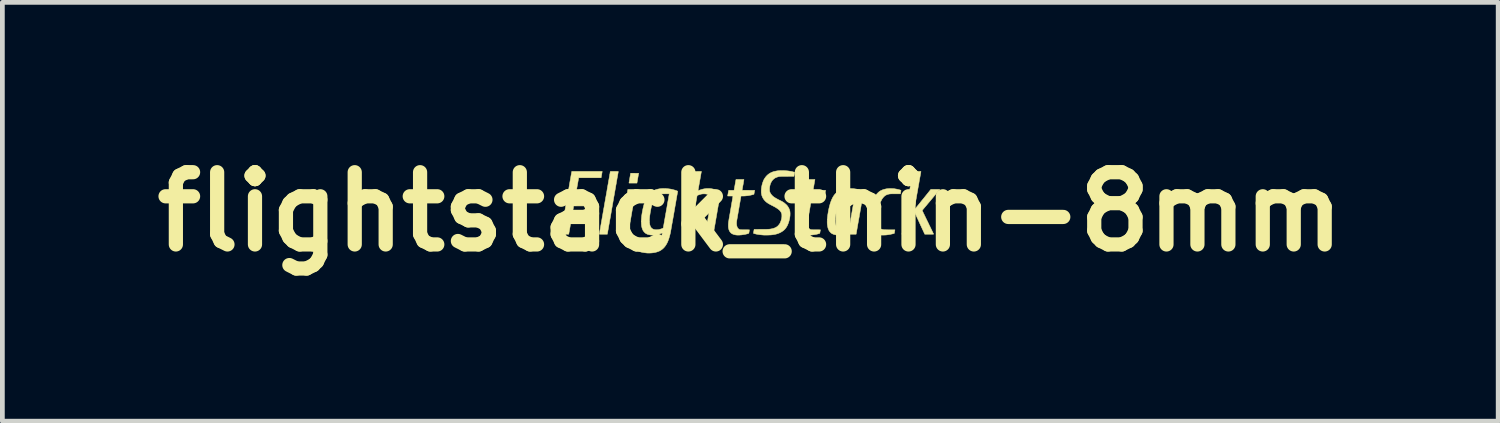
<source format=kicad_pcb>
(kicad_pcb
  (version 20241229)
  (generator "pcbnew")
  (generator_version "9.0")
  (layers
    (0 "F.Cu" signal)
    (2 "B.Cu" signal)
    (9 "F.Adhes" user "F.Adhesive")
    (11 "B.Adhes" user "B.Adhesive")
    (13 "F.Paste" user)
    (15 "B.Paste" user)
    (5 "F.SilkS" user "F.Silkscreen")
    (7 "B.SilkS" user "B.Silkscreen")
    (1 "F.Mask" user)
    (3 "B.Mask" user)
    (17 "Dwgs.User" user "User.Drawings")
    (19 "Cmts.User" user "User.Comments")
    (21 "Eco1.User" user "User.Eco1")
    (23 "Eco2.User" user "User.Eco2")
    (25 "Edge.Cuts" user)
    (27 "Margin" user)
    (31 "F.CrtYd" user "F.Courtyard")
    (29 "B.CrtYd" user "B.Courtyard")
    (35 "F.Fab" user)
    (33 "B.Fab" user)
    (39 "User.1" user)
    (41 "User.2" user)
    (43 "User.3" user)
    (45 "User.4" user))
  (footprint "flightstack_thin-8mm"
    (layer "F.Cu")
    (at 12.78 1.418)
    (property "Reference" "flightstack_thin-8mm" (at 0 0 0) (layer "F.SilkS") (effects (font (size 1.524 1.524) (thickness 0.3))))
    (attr through_hole)
    (fp_poly (pts (xy -2.484 -0.813) (xy -2.469 -0.813) (xy -2.452 -0.813) (xy -2.439 -0.813) (xy -2.355 -0.812) (xy -2.369 -0.733) (xy -2.372 -0.715) (xy -2.375 -0.697) (xy -2.378 -0.68) (xy -2.381 -0.664) (xy -2.383 -0.65) (xy -2.385 -0.639) (xy -2.386 -0.631) (xy -2.387 -0.629) (xy -2.391 -0.605) (xy -2.475 -0.605) (xy -2.495 -0.605) (xy -2.512 -0.605) (xy -2.525 -0.605) (xy -2.536 -0.605) (xy -2.544 -0.605) (xy -2.55 -0.605) (xy -2.554 -0.606) (xy -2.557 -0.606) (xy -2.558 -0.607) (xy -2.559 -0.607) (xy -2.559 -0.608) (xy -2.559 -0.61) (xy -2.558 -0.616) (xy -2.556 -0.624) (xy -2.555 -0.635) (xy -2.552 -0.648) (xy -2.55 -0.663) (xy -2.547 -0.679) (xy -2.544 -0.695) (xy -2.542 -0.712) (xy -2.539 -0.729) (xy -2.536 -0.745) (xy -2.533 -0.761) (xy -2.531 -0.775) (xy -2.529 -0.788) (xy -2.527 -0.798) (xy -2.525 -0.806) (xy -2.524 -0.811) (xy -2.524 -0.813) (xy -2.522 -0.813) (xy -2.517 -0.813) (xy -2.508 -0.813) (xy -2.497 -0.813) (xy -2.484 -0.813)) (stroke (width 0.01) (type solid)) (fill yes) (layer "F.SilkS"))
    (fp_poly (pts (xy -2.543 -0.472) (xy -2.528 -0.472) (xy -2.511 -0.472) (xy -2.498 -0.472) (xy -2.414 -0.471) (xy -2.497 0) (xy -2.504 0.042) (xy -2.511 0.082) (xy -2.518 0.122) (xy -2.525 0.16) (xy -2.531 0.197) (xy -2.538 0.232) (xy -2.543 0.266) (xy -2.549 0.297) (xy -2.554 0.327) (xy -2.559 0.354) (xy -2.563 0.379) (xy -2.567 0.401) (xy -2.571 0.421) (xy -2.574 0.437) (xy -2.576 0.451) (xy -2.578 0.461) (xy -2.579 0.468) (xy -2.58 0.472) (xy -2.58 0.472) (xy -2.582 0.473) (xy -2.587 0.473) (xy -2.595 0.473) (xy -2.606 0.473) (xy -2.619 0.474) (xy -2.634 0.474) (xy -2.651 0.474) (xy -2.664 0.474) (xy -2.685 0.474) (xy -2.703 0.474) (xy -2.717 0.474) (xy -2.728 0.473) (xy -2.737 0.473) (xy -2.743 0.473) (xy -2.747 0.472) (xy -2.748 0.472) (xy -2.749 0.472) (xy -2.748 0.47) (xy -2.747 0.464) (xy -2.746 0.455) (xy -2.744 0.443) (xy -2.741 0.428) (xy -2.738 0.41) (xy -2.734 0.39) (xy -2.73 0.367) (xy -2.726 0.342) (xy -2.721 0.315) (xy -2.716 0.286) (xy -2.711 0.256) (xy -2.705 0.224) (xy -2.7 0.191) (xy -2.694 0.157) (xy -2.687 0.122) (xy -2.681 0.087) (xy -2.675 0.051) (xy -2.669 0.015) (xy -2.662 -0.022) (xy -2.656 -0.058) (xy -2.649 -0.094) (xy -2.643 -0.129) (xy -2.637 -0.164) (xy -2.631 -0.198) (xy -2.625 -0.231) (xy -2.62 -0.262) (xy -2.615 -0.292) (xy -2.61 -0.321) (xy -2.605 -0.347) (xy -2.6 -0.372) (xy -2.597 -0.394) (xy -2.593 -0.414) (xy -2.59 -0.431) (xy -2.587 -0.446) (xy -2.585 -0.457) (xy -2.584 -0.465) (xy -2.583 -0.47) (xy -2.583 -0.472) (xy -2.581 -0.472) (xy -2.575 -0.472) (xy -2.567 -0.472) (xy -2.556 -0.472) (xy -2.543 -0.472)) (stroke (width 0.01) (type solid)) (fill yes) (layer "F.SilkS"))
    (fp_poly (pts (xy -2.849 -0.851) (xy -2.832 -0.851) (xy -2.818 -0.851) (xy -2.807 -0.851) (xy -2.799 -0.851) (xy -2.793 -0.85) (xy -2.789 -0.85) (xy -2.786 -0.85) (xy -2.785 -0.849) (xy -2.785 -0.848) (xy -2.785 -0.848) (xy -2.785 -0.846) (xy -2.786 -0.841) (xy -2.787 -0.832) (xy -2.789 -0.819) (xy -2.792 -0.804) (xy -2.795 -0.786) (xy -2.799 -0.765) (xy -2.803 -0.741) (xy -2.808 -0.715) (xy -2.813 -0.687) (xy -2.818 -0.657) (xy -2.824 -0.624) (xy -2.829 -0.59) (xy -2.836 -0.555) (xy -2.842 -0.517) (xy -2.849 -0.479) (xy -2.856 -0.439) (xy -2.863 -0.399) (xy -2.87 -0.357) (xy -2.878 -0.315) (xy -2.885 -0.273) (xy -2.893 -0.23) (xy -2.9 -0.187) (xy -2.908 -0.144) (xy -2.915 -0.101) (xy -2.923 -0.058) (xy -2.93 -0.016) (xy -2.937 0.025) (xy -2.944 0.066) (xy -2.951 0.105) (xy -2.958 0.144) (xy -2.965 0.181) (xy -2.971 0.217) (xy -2.977 0.251) (xy -2.983 0.283) (xy -2.988 0.313) (xy -2.993 0.342) (xy -2.997 0.368) (xy -3.002 0.391) (xy -3.005 0.412) (xy -3.008 0.43) (xy -3.011 0.445) (xy -3.013 0.458) (xy -3.015 0.466) (xy -3.015 0.468) (xy -3.016 0.474) (xy -3.1 0.474) (xy -3.12 0.474) (xy -3.137 0.474) (xy -3.151 0.474) (xy -3.161 0.474) (xy -3.17 0.473) (xy -3.176 0.473) (xy -3.18 0.473) (xy -3.182 0.472) (xy -3.184 0.472) (xy -3.184 0.471) (xy -3.184 0.471) (xy -3.184 0.469) (xy -3.183 0.463) (xy -3.182 0.454) (xy -3.179 0.441) (xy -3.177 0.426) (xy -3.174 0.407) (xy -3.17 0.385) (xy -3.165 0.361) (xy -3.161 0.334) (xy -3.156 0.304) (xy -3.15 0.272) (xy -3.144 0.238) (xy -3.138 0.201) (xy -3.131 0.163) (xy -3.124 0.122) (xy -3.116 0.08) (xy -3.109 0.037) (xy -3.101 -0.008) (xy -3.093 -0.055) (xy -3.084 -0.102) (xy -3.076 -0.151) (xy -3.069 -0.191) (xy -3.06 -0.24) (xy -3.052 -0.288) (xy -3.043 -0.336) (xy -3.035 -0.382) (xy -3.027 -0.426) (xy -3.02 -0.47) (xy -3.013 -0.511) (xy -3.006 -0.551) (xy -2.999 -0.589) (xy -2.993 -0.625) (xy -2.987 -0.659) (xy -2.981 -0.69) (xy -2.976 -0.719) (xy -2.971 -0.746) (xy -2.967 -0.77) (xy -2.964 -0.791) (xy -2.96 -0.809) (xy -2.958 -0.824) (xy -2.956 -0.835) (xy -2.954 -0.844) (xy -2.953 -0.849) (xy -2.953 -0.85) (xy -2.951 -0.85) (xy -2.946 -0.85) (xy -2.938 -0.851) (xy -2.927 -0.851) (xy -2.914 -0.851) (xy -2.899 -0.851) (xy -2.882 -0.851) (xy -2.869 -0.851) (xy -2.849 -0.851)) (stroke (width 0.01) (type solid)) (fill yes) (layer "F.SilkS"))
    (fp_poly (pts (xy -3.125 -0.846) (xy -3.125 -0.843) (xy -3.126 -0.836) (xy -3.128 -0.827) (xy -3.13 -0.816) (xy -3.132 -0.803) (xy -3.134 -0.789) (xy -3.135 -0.784) (xy -3.138 -0.769) (xy -3.14 -0.756) (xy -3.142 -0.744) (xy -3.144 -0.735) (xy -3.145 -0.727) (xy -3.146 -0.723) (xy -3.146 -0.723) (xy -3.147 -0.718) (xy -3.62 -0.718) (xy -3.661 -0.489) (xy -3.666 -0.46) (xy -3.671 -0.432) (xy -3.676 -0.405) (xy -3.68 -0.38) (xy -3.685 -0.356) (xy -3.688 -0.334) (xy -3.692 -0.315) (xy -3.695 -0.298) (xy -3.697 -0.283) (xy -3.699 -0.272) (xy -3.701 -0.263) (xy -3.702 -0.258) (xy -3.702 -0.256) (xy -3.701 -0.256) (xy -3.699 -0.256) (xy -3.695 -0.255) (xy -3.689 -0.255) (xy -3.682 -0.255) (xy -3.671 -0.255) (xy -3.659 -0.254) (xy -3.644 -0.254) (xy -3.626 -0.254) (xy -3.605 -0.254) (xy -3.581 -0.254) (xy -3.554 -0.254) (xy -3.523 -0.254) (xy -3.504 -0.254) (xy -3.471 -0.254) (xy -3.442 -0.254) (xy -3.416 -0.254) (xy -3.393 -0.254) (xy -3.374 -0.254) (xy -3.357 -0.254) (xy -3.343 -0.253) (xy -3.332 -0.253) (xy -3.323 -0.253) (xy -3.316 -0.253) (xy -3.311 -0.253) (xy -3.308 -0.252) (xy -3.306 -0.252) (xy -3.306 -0.252) (xy -3.306 -0.249) (xy -3.307 -0.244) (xy -3.309 -0.235) (xy -3.31 -0.224) (xy -3.313 -0.211) (xy -3.315 -0.197) (xy -3.317 -0.187) (xy -3.328 -0.124) (xy -3.527 -0.123) (xy -3.726 -0.122) (xy -3.766 0.108) (xy -3.771 0.139) (xy -3.776 0.169) (xy -3.782 0.199) (xy -3.787 0.229) (xy -3.792 0.257) (xy -3.797 0.284) (xy -3.801 0.31) (xy -3.805 0.333) (xy -3.809 0.355) (xy -3.812 0.373) (xy -3.815 0.389) (xy -3.817 0.401) (xy -3.818 0.406) (xy -3.83 0.474) (xy -3.999 0.474) (xy -3.997 0.46) (xy -3.996 0.457) (xy -3.995 0.451) (xy -3.993 0.441) (xy -3.991 0.428) (xy -3.988 0.411) (xy -3.984 0.392) (xy -3.981 0.369) (xy -3.976 0.344) (xy -3.971 0.316) (xy -3.966 0.286) (xy -3.96 0.253) (xy -3.954 0.219) (xy -3.948 0.182) (xy -3.941 0.143) (xy -3.934 0.102) (xy -3.926 0.06) (xy -3.919 0.016) (xy -3.911 -0.029) (xy -3.902 -0.076) (xy -3.894 -0.123) (xy -3.886 -0.172) (xy -3.881 -0.197) (xy -3.873 -0.246) (xy -3.864 -0.294) (xy -3.856 -0.341) (xy -3.848 -0.386) (xy -3.84 -0.431) (xy -3.833 -0.473) (xy -3.825 -0.515) (xy -3.818 -0.554) (xy -3.812 -0.592) (xy -3.806 -0.627) (xy -3.8 -0.66) (xy -3.794 -0.691) (xy -3.789 -0.72) (xy -3.785 -0.746) (xy -3.781 -0.769) (xy -3.777 -0.79) (xy -3.774 -0.808) (xy -3.771 -0.822) (xy -3.769 -0.833) (xy -3.768 -0.841) (xy -3.767 -0.845) (xy -3.767 -0.846) (xy -3.766 -0.851) (xy -3.124 -0.851) (xy -3.125 -0.846)) (stroke (width 0.01) (type solid)) (fill yes) (layer "F.SilkS"))
    (fp_poly (pts (xy 2.972 -0.49) (xy 2.99 -0.489) (xy 3.006 -0.489) (xy 3.021 -0.488) (xy 3.033 -0.487) (xy 3.033 -0.487) (xy 3.052 -0.484) (xy 3.073 -0.48) (xy 3.093 -0.477) (xy 3.112 -0.473) (xy 3.128 -0.469) (xy 3.129 -0.469) (xy 3.139 -0.466) (xy 3.149 -0.463) (xy 3.159 -0.46) (xy 3.168 -0.458) (xy 3.175 -0.455) (xy 3.179 -0.454) (xy 3.179 -0.453) (xy 3.18 -0.451) (xy 3.179 -0.446) (xy 3.178 -0.438) (xy 3.177 -0.428) (xy 3.175 -0.417) (xy 3.175 -0.415) (xy 3.168 -0.379) (xy 3.076 -0.379) (xy 3.057 -0.379) (xy 3.038 -0.379) (xy 3.02 -0.379) (xy 3.003 -0.379) (xy 2.987 -0.378) (xy 2.975 -0.378) (xy 2.965 -0.378) (xy 2.959 -0.377) (xy 2.929 -0.374) (xy 2.902 -0.367) (xy 2.877 -0.358) (xy 2.854 -0.346) (xy 2.833 -0.331) (xy 2.814 -0.312) (xy 2.797 -0.292) (xy 2.783 -0.273) (xy 2.77 -0.251) (xy 2.759 -0.228) (xy 2.748 -0.203) (xy 2.737 -0.175) (xy 2.728 -0.145) (xy 2.719 -0.112) (xy 2.71 -0.077) (xy 2.702 -0.037) (xy 2.694 0.005) (xy 2.693 0.014) (xy 2.688 0.043) (xy 2.684 0.069) (xy 2.681 0.092) (xy 2.678 0.113) (xy 2.677 0.132) (xy 2.675 0.151) (xy 2.675 0.168) (xy 2.675 0.185) (xy 2.675 0.196) (xy 2.677 0.224) (xy 2.68 0.249) (xy 2.684 0.271) (xy 2.69 0.29) (xy 2.698 0.307) (xy 2.708 0.322) (xy 2.717 0.333) (xy 2.729 0.345) (xy 2.741 0.354) (xy 2.755 0.362) (xy 2.771 0.368) (xy 2.789 0.373) (xy 2.794 0.374) (xy 2.802 0.375) (xy 2.812 0.377) (xy 2.822 0.378) (xy 2.835 0.379) (xy 2.849 0.379) (xy 2.866 0.38) (xy 2.885 0.38) (xy 2.907 0.381) (xy 2.933 0.381) (xy 2.961 0.381) (xy 3.052 0.381) (xy 3.051 0.386) (xy 3.051 0.39) (xy 3.05 0.396) (xy 3.048 0.405) (xy 3.046 0.415) (xy 3.045 0.423) (xy 3.04 0.455) (xy 3.028 0.459) (xy 3.015 0.463) (xy 2.998 0.467) (xy 2.979 0.471) (xy 2.959 0.476) (xy 2.938 0.48) (xy 2.917 0.483) (xy 2.896 0.486) (xy 2.882 0.488) (xy 2.873 0.489) (xy 2.861 0.49) (xy 2.848 0.491) (xy 2.833 0.491) (xy 2.818 0.492) (xy 2.803 0.492) (xy 2.79 0.492) (xy 2.778 0.492) (xy 2.769 0.492) (xy 2.766 0.492) (xy 2.735 0.489) (xy 2.707 0.485) (xy 2.683 0.48) (xy 2.661 0.475) (xy 2.642 0.468) (xy 2.624 0.461) (xy 2.608 0.452) (xy 2.593 0.441) (xy 2.579 0.43) (xy 2.576 0.427) (xy 2.56 0.411) (xy 2.547 0.392) (xy 2.535 0.372) (xy 2.526 0.349) (xy 2.518 0.323) (xy 2.511 0.295) (xy 2.509 0.279) (xy 2.507 0.264) (xy 2.506 0.247) (xy 2.505 0.228) (xy 2.504 0.208) (xy 2.504 0.187) (xy 2.505 0.166) (xy 2.506 0.147) (xy 2.507 0.137) (xy 2.51 0.103) (xy 2.515 0.067) (xy 2.521 0.029) (xy 2.528 -0.01) (xy 2.535 -0.049) (xy 2.543 -0.087) (xy 2.552 -0.122) (xy 2.553 -0.128) (xy 2.567 -0.175) (xy 2.582 -0.219) (xy 2.598 -0.26) (xy 2.617 -0.297) (xy 2.636 -0.331) (xy 2.657 -0.361) (xy 2.68 -0.387) (xy 2.704 -0.411) (xy 2.729 -0.431) (xy 2.747 -0.442) (xy 2.769 -0.453) (xy 2.795 -0.464) (xy 2.823 -0.473) (xy 2.852 -0.48) (xy 2.884 -0.486) (xy 2.895 -0.487) (xy 2.906 -0.488) (xy 2.92 -0.489) (xy 2.937 -0.49) (xy 2.954 -0.49) (xy 2.972 -0.49)) (stroke (width 0.01) (type solid)) (fill yes) (layer "F.SilkS"))
    (fp_poly (pts (xy 1.364 -0.676) (xy 1.363 -0.674) (xy 1.362 -0.668) (xy 1.361 -0.659) (xy 1.359 -0.648) (xy 1.356 -0.635) (xy 1.354 -0.62) (xy 1.351 -0.604) (xy 1.348 -0.587) (xy 1.345 -0.569) (xy 1.342 -0.551) (xy 1.339 -0.534) (xy 1.336 -0.517) (xy 1.333 -0.502) (xy 1.331 -0.488) (xy 1.329 -0.476) (xy 1.327 -0.466) (xy 1.326 -0.459) (xy 1.325 -0.455) (xy 1.325 -0.454) (xy 1.327 -0.454) (xy 1.332 -0.454) (xy 1.341 -0.454) (xy 1.352 -0.453) (xy 1.366 -0.453) (xy 1.382 -0.453) (xy 1.4 -0.453) (xy 1.42 -0.453) (xy 1.442 -0.453) (xy 1.457 -0.453) (xy 1.589 -0.452) (xy 1.582 -0.41) (xy 1.575 -0.368) (xy 1.568 -0.366) (xy 1.563 -0.365) (xy 1.556 -0.363) (xy 1.547 -0.361) (xy 1.543 -0.359) (xy 1.504 -0.35) (xy 1.463 -0.342) (xy 1.422 -0.337) (xy 1.381 -0.333) (xy 1.342 -0.332) (xy 1.34 -0.332) (xy 1.303 -0.332) (xy 1.301 -0.327) (xy 1.3 -0.322) (xy 1.299 -0.313) (xy 1.297 -0.302) (xy 1.294 -0.288) (xy 1.291 -0.271) (xy 1.288 -0.252) (xy 1.284 -0.231) (xy 1.28 -0.208) (xy 1.276 -0.183) (xy 1.272 -0.158) (xy 1.267 -0.131) (xy 1.263 -0.104) (xy 1.258 -0.076) (xy 1.253 -0.048) (xy 1.248 -0.02) (xy 1.244 0.008) (xy 1.239 0.035) (xy 1.235 0.061) (xy 1.23 0.086) (xy 1.226 0.109) (xy 1.223 0.131) (xy 1.219 0.151) (xy 1.216 0.168) (xy 1.214 0.183) (xy 1.212 0.196) (xy 1.21 0.205) (xy 1.21 0.211) (xy 1.209 0.213) (xy 1.208 0.24) (xy 1.208 0.265) (xy 1.212 0.288) (xy 1.217 0.309) (xy 1.224 0.328) (xy 1.234 0.344) (xy 1.245 0.358) (xy 1.259 0.368) (xy 1.26 0.369) (xy 1.264 0.371) (xy 1.268 0.373) (xy 1.272 0.375) (xy 1.277 0.376) (xy 1.283 0.377) (xy 1.29 0.378) (xy 1.299 0.379) (xy 1.31 0.379) (xy 1.323 0.38) (xy 1.339 0.38) (xy 1.358 0.38) (xy 1.381 0.38) (xy 1.386 0.38) (xy 1.48 0.381) (xy 1.473 0.417) (xy 1.471 0.428) (xy 1.47 0.438) (xy 1.468 0.446) (xy 1.467 0.451) (xy 1.466 0.454) (xy 1.466 0.454) (xy 1.464 0.455) (xy 1.459 0.458) (xy 1.452 0.46) (xy 1.442 0.463) (xy 1.432 0.466) (xy 1.422 0.469) (xy 1.411 0.472) (xy 1.403 0.474) (xy 1.366 0.481) (xy 1.331 0.486) (xy 1.298 0.49) (xy 1.266 0.492) (xy 1.238 0.492) (xy 1.212 0.491) (xy 1.212 0.491) (xy 1.182 0.487) (xy 1.156 0.481) (xy 1.132 0.473) (xy 1.111 0.463) (xy 1.093 0.451) (xy 1.086 0.444) (xy 1.077 0.435) (xy 1.07 0.426) (xy 1.063 0.416) (xy 1.057 0.404) (xy 1.048 0.384) (xy 1.042 0.361) (xy 1.037 0.337) (xy 1.035 0.31) (xy 1.034 0.28) (xy 1.036 0.248) (xy 1.039 0.213) (xy 1.04 0.211) (xy 1.04 0.206) (xy 1.042 0.198) (xy 1.044 0.187) (xy 1.046 0.173) (xy 1.049 0.155) (xy 1.052 0.136) (xy 1.056 0.114) (xy 1.06 0.09) (xy 1.064 0.064) (xy 1.069 0.037) (xy 1.074 0.008) (xy 1.079 -0.022) (xy 1.085 -0.053) (xy 1.087 -0.068) (xy 1.092 -0.099) (xy 1.098 -0.128) (xy 1.103 -0.157) (xy 1.107 -0.184) (xy 1.112 -0.209) (xy 1.116 -0.233) (xy 1.119 -0.254) (xy 1.123 -0.273) (xy 1.125 -0.29) (xy 1.128 -0.304) (xy 1.13 -0.315) (xy 1.131 -0.323) (xy 1.132 -0.327) (xy 1.132 -0.328) (xy 1.132 -0.329) (xy 1.131 -0.33) (xy 1.129 -0.331) (xy 1.126 -0.331) (xy 1.122 -0.331) (xy 1.115 -0.332) (xy 1.106 -0.332) (xy 1.094 -0.332) (xy 1.078 -0.332) (xy 1.019 -0.332) (xy 1.02 -0.337) (xy 1.021 -0.34) (xy 1.022 -0.346) (xy 1.024 -0.356) (xy 1.026 -0.367) (xy 1.028 -0.38) (xy 1.031 -0.394) (xy 1.031 -0.398) (xy 1.042 -0.453) (xy 1.098 -0.453) (xy 1.155 -0.453) (xy 1.175 -0.567) (xy 1.195 -0.68) (xy 1.365 -0.68) (xy 1.364 -0.676)) (stroke (width 0.01) (type solid)) (fill yes) (layer "F.SilkS"))
    (fp_poly (pts (xy -0.134 -0.676) (xy -0.134 -0.674) (xy -0.135 -0.668) (xy -0.137 -0.659) (xy -0.139 -0.648) (xy -0.141 -0.635) (xy -0.144 -0.62) (xy -0.146 -0.604) (xy -0.149 -0.587) (xy -0.152 -0.569) (xy -0.156 -0.551) (xy -0.159 -0.534) (xy -0.162 -0.517) (xy -0.164 -0.502) (xy -0.167 -0.488) (xy -0.169 -0.476) (xy -0.17 -0.466) (xy -0.172 -0.459) (xy -0.172 -0.455) (xy -0.172 -0.454) (xy -0.171 -0.454) (xy -0.165 -0.454) (xy -0.157 -0.453) (xy -0.145 -0.453) (xy -0.131 -0.453) (xy -0.115 -0.453) (xy -0.097 -0.453) (xy -0.077 -0.453) (xy -0.056 -0.453) (xy -0.04 -0.453) (xy 0.092 -0.452) (xy 0.085 -0.41) (xy 0.077 -0.368) (xy 0.07 -0.366) (xy 0.065 -0.365) (xy 0.058 -0.363) (xy 0.05 -0.361) (xy 0.045 -0.359) (xy 0.006 -0.35) (xy -0.034 -0.342) (xy -0.076 -0.337) (xy -0.116 -0.333) (xy -0.155 -0.332) (xy -0.157 -0.332) (xy -0.195 -0.332) (xy -0.196 -0.327) (xy -0.197 -0.324) (xy -0.198 -0.317) (xy -0.199 -0.308) (xy -0.202 -0.295) (xy -0.204 -0.28) (xy -0.207 -0.263) (xy -0.211 -0.243) (xy -0.214 -0.221) (xy -0.218 -0.198) (xy -0.223 -0.174) (xy -0.227 -0.148) (xy -0.232 -0.122) (xy -0.236 -0.095) (xy -0.241 -0.067) (xy -0.246 -0.04) (xy -0.25 -0.013) (xy -0.255 0.013) (xy -0.259 0.039) (xy -0.264 0.064) (xy -0.268 0.087) (xy -0.271 0.109) (xy -0.275 0.129) (xy -0.278 0.147) (xy -0.281 0.162) (xy -0.283 0.175) (xy -0.284 0.185) (xy -0.286 0.192) (xy -0.286 0.195) (xy -0.289 0.221) (xy -0.29 0.246) (xy -0.288 0.27) (xy -0.285 0.292) (xy -0.28 0.312) (xy -0.273 0.329) (xy -0.273 0.33) (xy -0.268 0.339) (xy -0.26 0.348) (xy -0.252 0.357) (xy -0.244 0.365) (xy -0.238 0.369) (xy -0.234 0.371) (xy -0.23 0.373) (xy -0.226 0.375) (xy -0.221 0.376) (xy -0.215 0.377) (xy -0.207 0.378) (xy -0.199 0.379) (xy -0.188 0.379) (xy -0.175 0.38) (xy -0.159 0.38) (xy -0.14 0.38) (xy -0.118 0.38) (xy -0.112 0.38) (xy -0.018 0.381) (xy -0.023 0.412) (xy -0.025 0.426) (xy -0.027 0.436) (xy -0.029 0.444) (xy -0.03 0.449) (xy -0.032 0.453) (xy -0.034 0.456) (xy -0.036 0.457) (xy -0.04 0.458) (xy -0.044 0.46) (xy -0.045 0.46) (xy -0.063 0.466) (xy -0.085 0.471) (xy -0.11 0.477) (xy -0.135 0.481) (xy -0.162 0.485) (xy -0.189 0.489) (xy -0.194 0.489) (xy -0.217 0.491) (xy -0.237 0.492) (xy -0.255 0.492) (xy -0.272 0.492) (xy -0.287 0.491) (xy -0.317 0.487) (xy -0.343 0.481) (xy -0.367 0.472) (xy -0.388 0.462) (xy -0.406 0.449) (xy -0.421 0.433) (xy -0.434 0.415) (xy -0.445 0.394) (xy -0.453 0.371) (xy -0.459 0.344) (xy -0.46 0.342) (xy -0.461 0.332) (xy -0.462 0.319) (xy -0.463 0.304) (xy -0.463 0.287) (xy -0.463 0.271) (xy -0.462 0.255) (xy -0.461 0.24) (xy -0.461 0.238) (xy -0.46 0.233) (xy -0.46 0.228) (xy -0.459 0.223) (xy -0.458 0.217) (xy -0.458 0.212) (xy -0.457 0.205) (xy -0.455 0.197) (xy -0.454 0.189) (xy -0.452 0.179) (xy -0.451 0.167) (xy -0.448 0.154) (xy -0.446 0.138) (xy -0.443 0.121) (xy -0.439 0.101) (xy -0.436 0.079) (xy -0.431 0.054) (xy -0.426 0.026) (xy -0.421 -0.005) (xy -0.415 -0.04) (xy -0.409 -0.073) (xy -0.404 -0.104) (xy -0.399 -0.133) (xy -0.394 -0.161) (xy -0.39 -0.188) (xy -0.385 -0.213) (xy -0.381 -0.236) (xy -0.378 -0.257) (xy -0.374 -0.276) (xy -0.372 -0.292) (xy -0.369 -0.306) (xy -0.368 -0.316) (xy -0.366 -0.323) (xy -0.366 -0.327) (xy -0.366 -0.328) (xy -0.366 -0.329) (xy -0.366 -0.33) (xy -0.368 -0.33) (xy -0.37 -0.331) (xy -0.374 -0.331) (xy -0.381 -0.332) (xy -0.389 -0.332) (xy -0.401 -0.332) (xy -0.416 -0.332) (xy -0.422 -0.332) (xy -0.439 -0.332) (xy -0.452 -0.332) (xy -0.462 -0.332) (xy -0.469 -0.332) (xy -0.474 -0.333) (xy -0.477 -0.333) (xy -0.478 -0.334) (xy -0.478 -0.334) (xy -0.477 -0.336) (xy -0.476 -0.342) (xy -0.475 -0.351) (xy -0.473 -0.361) (xy -0.47 -0.374) (xy -0.468 -0.388) (xy -0.467 -0.394) (xy -0.456 -0.452) (xy -0.342 -0.453) (xy -0.322 -0.567) (xy -0.302 -0.68) (xy -0.217 -0.68) (xy -0.133 -0.68) (xy -0.134 -0.676)) (stroke (width 0.01) (type solid)) (fill yes) (layer "F.SilkS"))
    (fp_poly (pts (xy 2.128 -0.49) (xy 2.147 -0.489) (xy 2.164 -0.488) (xy 2.18 -0.487) (xy 2.186 -0.486) (xy 2.216 -0.482) (xy 2.247 -0.477) (xy 2.277 -0.471) (xy 2.306 -0.464) (xy 2.334 -0.456) (xy 2.359 -0.447) (xy 2.381 -0.439) (xy 2.383 -0.438) (xy 2.389 -0.436) (xy 2.391 -0.433) (xy 2.392 -0.431) (xy 2.391 -0.429) (xy 2.391 -0.427) (xy 2.39 -0.421) (xy 2.388 -0.411) (xy 2.386 -0.399) (xy 2.383 -0.383) (xy 2.38 -0.365) (xy 2.376 -0.343) (xy 2.372 -0.32) (xy 2.368 -0.293) (xy 2.363 -0.265) (xy 2.357 -0.234) (xy 2.351 -0.202) (xy 2.345 -0.167) (xy 2.339 -0.131) (xy 2.333 -0.094) (xy 2.326 -0.056) (xy 2.319 -0.016) (xy 2.313 0.021) (xy 2.305 0.061) (xy 2.299 0.101) (xy 2.292 0.139) (xy 2.285 0.177) (xy 2.279 0.212) (xy 2.273 0.246) (xy 2.267 0.279) (xy 2.262 0.309) (xy 2.257 0.337) (xy 2.253 0.363) (xy 2.248 0.387) (xy 2.245 0.408) (xy 2.242 0.426) (xy 2.239 0.441) (xy 2.237 0.453) (xy 2.235 0.462) (xy 2.234 0.468) (xy 2.234 0.47) (xy 2.233 0.474) (xy 2.093 0.474) (xy 2.093 0.417) (xy 2.088 0.417) (xy 2.084 0.418) (xy 2.078 0.422) (xy 2.07 0.427) (xy 2.065 0.43) (xy 2.035 0.449) (xy 2.004 0.465) (xy 1.971 0.477) (xy 1.937 0.486) (xy 1.902 0.491) (xy 1.866 0.493) (xy 1.829 0.491) (xy 1.8 0.487) (xy 1.774 0.481) (xy 1.75 0.473) (xy 1.728 0.463) (xy 1.709 0.451) (xy 1.703 0.446) (xy 1.687 0.43) (xy 1.672 0.413) (xy 1.66 0.394) (xy 1.65 0.372) (xy 1.641 0.348) (xy 1.634 0.321) (xy 1.629 0.291) (xy 1.625 0.264) (xy 1.623 0.238) (xy 1.623 0.208) (xy 1.623 0.201) (xy 1.795 0.201) (xy 1.797 0.232) (xy 1.801 0.259) (xy 1.806 0.284) (xy 1.814 0.305) (xy 1.818 0.315) (xy 1.826 0.329) (xy 1.837 0.341) (xy 1.848 0.352) (xy 1.86 0.361) (xy 1.865 0.364) (xy 1.882 0.371) (xy 1.903 0.376) (xy 1.925 0.379) (xy 1.949 0.38) (xy 1.974 0.378) (xy 1.984 0.377) (xy 2.013 0.371) (xy 2.043 0.362) (xy 2.068 0.351) (xy 2.086 0.343) (xy 2.092 0.308) (xy 2.093 0.303) (xy 2.095 0.294) (xy 2.097 0.281) (xy 2.1 0.266) (xy 2.103 0.247) (xy 2.107 0.226) (xy 2.111 0.203) (xy 2.116 0.177) (xy 2.12 0.15) (xy 2.126 0.12) (xy 2.131 0.089) (xy 2.137 0.057) (xy 2.143 0.024) (xy 2.149 -0.011) (xy 2.155 -0.046) (xy 2.156 -0.051) (xy 2.162 -0.086) (xy 2.168 -0.119) (xy 2.174 -0.152) (xy 2.179 -0.183) (xy 2.184 -0.212) (xy 2.189 -0.24) (xy 2.194 -0.265) (xy 2.198 -0.289) (xy 2.201 -0.31) (xy 2.204 -0.329) (xy 2.207 -0.345) (xy 2.209 -0.358) (xy 2.211 -0.368) (xy 2.212 -0.374) (xy 2.213 -0.377) (xy 2.213 -0.378) (xy 2.211 -0.378) (xy 2.205 -0.378) (xy 2.197 -0.379) (xy 2.187 -0.379) (xy 2.174 -0.379) (xy 2.161 -0.379) (xy 2.146 -0.379) (xy 2.131 -0.379) (xy 2.117 -0.379) (xy 2.102 -0.379) (xy 2.09 -0.378) (xy 2.078 -0.378) (xy 2.069 -0.378) (xy 2.063 -0.377) (xy 2.037 -0.374) (xy 2.014 -0.368) (xy 1.993 -0.36) (xy 1.973 -0.349) (xy 1.955 -0.335) (xy 1.941 -0.322) (xy 1.932 -0.313) (xy 1.924 -0.303) (xy 1.916 -0.293) (xy 1.911 -0.286) (xy 1.905 -0.276) (xy 1.897 -0.263) (xy 1.89 -0.249) (xy 1.882 -0.233) (xy 1.874 -0.217) (xy 1.868 -0.203) (xy 1.862 -0.189) (xy 1.86 -0.185) (xy 1.852 -0.159) (xy 1.843 -0.129) (xy 1.834 -0.095) (xy 1.826 -0.059) (xy 1.818 -0.019) (xy 1.811 0.024) (xy 1.806 0.051) (xy 1.801 0.093) (xy 1.797 0.131) (xy 1.795 0.168) (xy 1.795 0.201) (xy 1.623 0.201) (xy 1.624 0.176) (xy 1.626 0.141) (xy 1.63 0.104) (xy 1.635 0.064) (xy 1.642 0.023) (xy 1.649 -0.02) (xy 1.658 -0.064) (xy 1.662 -0.08) (xy 1.674 -0.129) (xy 1.687 -0.176) (xy 1.702 -0.218) (xy 1.718 -0.257) (xy 1.735 -0.293) (xy 1.753 -0.325) (xy 1.773 -0.354) (xy 1.794 -0.38) (xy 1.816 -0.401) (xy 1.839 -0.42) (xy 1.863 -0.436) (xy 1.888 -0.45) (xy 1.916 -0.461) (xy 1.945 -0.471) (xy 1.977 -0.479) (xy 2.012 -0.485) (xy 2.022 -0.487) (xy 2.035 -0.488) (xy 2.05 -0.489) (xy 2.068 -0.489) (xy 2.087 -0.49) (xy 2.108 -0.49) (xy 2.128 -0.49)) (stroke (width 0.01) (type solid)) (fill yes) (layer "F.SilkS"))
    (fp_poly (pts (xy -1.044 -0.851) (xy -1.037 -0.851) (xy -1.032 -0.851) (xy -1.031 -0.851) (xy -1.032 -0.849) (xy -1.032 -0.843) (xy -1.034 -0.835) (xy -1.036 -0.823) (xy -1.039 -0.809) (xy -1.042 -0.792) (xy -1.045 -0.772) (xy -1.049 -0.751) (xy -1.053 -0.728) (xy -1.057 -0.703) (xy -1.062 -0.677) (xy -1.067 -0.65) (xy -1.067 -0.647) (xy -1.072 -0.62) (xy -1.076 -0.594) (xy -1.081 -0.569) (xy -1.085 -0.546) (xy -1.089 -0.524) (xy -1.092 -0.505) (xy -1.095 -0.488) (xy -1.098 -0.473) (xy -1.1 -0.461) (xy -1.101 -0.452) (xy -1.102 -0.446) (xy -1.102 -0.444) (xy -1.102 -0.444) (xy -1.101 -0.444) (xy -1.096 -0.446) (xy -1.091 -0.448) (xy -1.082 -0.452) (xy -1.07 -0.457) (xy -1.056 -0.461) (xy -1.042 -0.466) (xy -1.027 -0.471) (xy -1.014 -0.474) (xy -1.009 -0.476) (xy -0.981 -0.482) (xy -0.951 -0.487) (xy -0.921 -0.49) (xy -0.891 -0.491) (xy -0.861 -0.49) (xy -0.832 -0.488) (xy -0.804 -0.483) (xy -0.779 -0.478) (xy -0.756 -0.47) (xy -0.74 -0.463) (xy -0.722 -0.452) (xy -0.704 -0.438) (xy -0.689 -0.422) (xy -0.678 -0.406) (xy -0.67 -0.389) (xy -0.663 -0.369) (xy -0.658 -0.347) (xy -0.655 -0.322) (xy -0.654 -0.296) (xy -0.654 -0.27) (xy -0.657 -0.244) (xy -0.657 -0.24) (xy -0.658 -0.233) (xy -0.66 -0.223) (xy -0.662 -0.21) (xy -0.665 -0.194) (xy -0.668 -0.175) (xy -0.672 -0.154) (xy -0.676 -0.131) (xy -0.68 -0.106) (xy -0.685 -0.079) (xy -0.69 -0.051) (xy -0.695 -0.022) (xy -0.7 0.009) (xy -0.705 0.04) (xy -0.711 0.072) (xy -0.716 0.104) (xy -0.722 0.136) (xy -0.727 0.167) (xy -0.733 0.199) (xy -0.738 0.23) (xy -0.743 0.26) (xy -0.748 0.288) (xy -0.753 0.316) (xy -0.758 0.342) (xy -0.762 0.366) (xy -0.766 0.389) (xy -0.769 0.409) (xy -0.773 0.426) (xy -0.775 0.441) (xy -0.777 0.453) (xy -0.779 0.462) (xy -0.78 0.468) (xy -0.78 0.469) (xy -0.781 0.474) (xy -0.95 0.474) (xy -0.949 0.466) (xy -0.948 0.463) (xy -0.947 0.457) (xy -0.946 0.447) (xy -0.943 0.435) (xy -0.941 0.419) (xy -0.937 0.4) (xy -0.934 0.379) (xy -0.93 0.356) (xy -0.925 0.33) (xy -0.92 0.303) (xy -0.915 0.273) (xy -0.91 0.242) (xy -0.904 0.21) (xy -0.898 0.176) (xy -0.892 0.141) (xy -0.889 0.122) (xy -0.881 0.081) (xy -0.875 0.043) (xy -0.869 0.008) (xy -0.863 -0.023) (xy -0.858 -0.052) (xy -0.854 -0.077) (xy -0.85 -0.1) (xy -0.846 -0.121) (xy -0.843 -0.139) (xy -0.841 -0.155) (xy -0.838 -0.169) (xy -0.836 -0.181) (xy -0.835 -0.191) (xy -0.833 -0.2) (xy -0.832 -0.208) (xy -0.831 -0.215) (xy -0.83 -0.221) (xy -0.83 -0.226) (xy -0.83 -0.23) (xy -0.829 -0.234) (xy -0.829 -0.238) (xy -0.829 -0.242) (xy -0.829 -0.244) (xy -0.829 -0.256) (xy -0.829 -0.265) (xy -0.829 -0.272) (xy -0.83 -0.279) (xy -0.831 -0.285) (xy -0.832 -0.29) (xy -0.835 -0.299) (xy -0.838 -0.308) (xy -0.841 -0.315) (xy -0.841 -0.316) (xy -0.847 -0.325) (xy -0.854 -0.335) (xy -0.864 -0.345) (xy -0.873 -0.353) (xy -0.882 -0.359) (xy -0.883 -0.36) (xy -0.898 -0.366) (xy -0.915 -0.371) (xy -0.935 -0.375) (xy -0.956 -0.377) (xy -0.978 -0.378) (xy -0.999 -0.377) (xy -1.021 -0.375) (xy -1.04 -0.371) (xy -1.056 -0.367) (xy -1.073 -0.362) (xy -1.089 -0.356) (xy -1.104 -0.35) (xy -1.108 -0.347) (xy -1.122 -0.341) (xy -1.124 -0.328) (xy -1.125 -0.325) (xy -1.126 -0.318) (xy -1.127 -0.308) (xy -1.13 -0.295) (xy -1.133 -0.279) (xy -1.136 -0.26) (xy -1.14 -0.238) (xy -1.144 -0.214) (xy -1.148 -0.188) (xy -1.153 -0.159) (xy -1.159 -0.128) (xy -1.164 -0.096) (xy -1.17 -0.062) (xy -1.176 -0.027) (xy -1.183 0.01) (xy -1.189 0.047) (xy -1.195 0.079) (xy -1.264 0.473) (xy -1.348 0.473) (xy -1.433 0.474) (xy -1.432 0.468) (xy -1.432 0.465) (xy -1.431 0.46) (xy -1.429 0.45) (xy -1.427 0.437) (xy -1.424 0.422) (xy -1.421 0.403) (xy -1.417 0.381) (xy -1.412 0.356) (xy -1.408 0.329) (xy -1.402 0.299) (xy -1.397 0.267) (xy -1.391 0.232) (xy -1.384 0.196) (xy -1.377 0.157) (xy -1.37 0.117) (xy -1.363 0.074) (xy -1.355 0.031) (xy -1.347 -0.014) (xy -1.339 -0.061) (xy -1.331 -0.108) (xy -1.322 -0.157) (xy -1.316 -0.194) (xy -1.201 -0.85) (xy -1.116 -0.851) (xy -1.098 -0.851) (xy -1.082 -0.851) (xy -1.067 -0.851) (xy -1.055 -0.851) (xy -1.044 -0.851)) (stroke (width 0.01) (type solid)) (fill yes) (layer "F.SilkS"))
    (fp_poly (pts (xy 3.588 -0.851) (xy 3.596 -0.851) (xy 3.6 -0.851) (xy 3.601 -0.851) (xy 3.601 -0.849) (xy 3.6 -0.843) (xy 3.599 -0.834) (xy 3.596 -0.822) (xy 3.594 -0.807) (xy 3.591 -0.789) (xy 3.587 -0.769) (xy 3.583 -0.745) (xy 3.578 -0.72) (xy 3.573 -0.692) (xy 3.568 -0.662) (xy 3.562 -0.63) (xy 3.557 -0.597) (xy 3.55 -0.562) (xy 3.544 -0.525) (xy 3.537 -0.488) (xy 3.531 -0.449) (xy 3.53 -0.445) (xy 3.523 -0.406) (xy 3.516 -0.368) (xy 3.51 -0.332) (xy 3.504 -0.297) (xy 3.498 -0.263) (xy 3.492 -0.231) (xy 3.487 -0.201) (xy 3.482 -0.173) (xy 3.477 -0.147) (xy 3.473 -0.123) (xy 3.469 -0.102) (xy 3.466 -0.084) (xy 3.464 -0.068) (xy 3.461 -0.056) (xy 3.46 -0.046) (xy 3.459 -0.04) (xy 3.459 -0.038) (xy 3.459 -0.038) (xy 3.46 -0.038) (xy 3.461 -0.04) (xy 3.465 -0.044) (xy 3.47 -0.051) (xy 3.478 -0.06) (xy 3.487 -0.072) (xy 3.499 -0.086) (xy 3.511 -0.102) (xy 3.525 -0.119) (xy 3.541 -0.138) (xy 3.558 -0.159) (xy 3.576 -0.181) (xy 3.594 -0.204) (xy 3.614 -0.229) (xy 3.634 -0.254) (xy 3.636 -0.255) (xy 3.81 -0.472) (xy 3.904 -0.472) (xy 3.926 -0.472) (xy 3.943 -0.472) (xy 3.958 -0.472) (xy 3.97 -0.472) (xy 3.979 -0.472) (xy 3.986 -0.471) (xy 3.99 -0.471) (xy 3.994 -0.471) (xy 3.995 -0.47) (xy 3.996 -0.47) (xy 3.996 -0.469) (xy 3.996 -0.469) (xy 3.994 -0.467) (xy 3.99 -0.462) (xy 3.984 -0.455) (xy 3.976 -0.446) (xy 3.966 -0.434) (xy 3.955 -0.42) (xy 3.942 -0.404) (xy 3.927 -0.387) (xy 3.911 -0.367) (xy 3.893 -0.347) (xy 3.875 -0.325) (xy 3.856 -0.302) (xy 3.836 -0.278) (xy 3.815 -0.253) (xy 3.812 -0.249) (xy 3.791 -0.224) (xy 3.771 -0.2) (xy 3.751 -0.177) (xy 3.733 -0.155) (xy 3.716 -0.134) (xy 3.699 -0.115) (xy 3.684 -0.097) (xy 3.671 -0.081) (xy 3.659 -0.067) (xy 3.649 -0.055) (xy 3.641 -0.045) (xy 3.635 -0.037) (xy 3.63 -0.032) (xy 3.629 -0.03) (xy 3.629 -0.03) (xy 3.628 -0.029) (xy 3.629 -0.027) (xy 3.63 -0.024) (xy 3.631 -0.02) (xy 3.634 -0.015) (xy 3.637 -0.008) (xy 3.641 0.001) (xy 3.646 0.012) (xy 3.652 0.025) (xy 3.659 0.04) (xy 3.668 0.057) (xy 3.677 0.077) (xy 3.688 0.099) (xy 3.7 0.125) (xy 3.714 0.153) (xy 3.729 0.184) (xy 3.746 0.218) (xy 3.747 0.22) (xy 3.761 0.249) (xy 3.774 0.277) (xy 3.787 0.303) (xy 3.8 0.329) (xy 3.811 0.353) (xy 3.822 0.375) (xy 3.832 0.396) (xy 3.841 0.414) (xy 3.849 0.43) (xy 3.855 0.444) (xy 3.861 0.455) (xy 3.865 0.463) (xy 3.867 0.468) (xy 3.868 0.47) (xy 3.868 0.471) (xy 3.868 0.472) (xy 3.866 0.472) (xy 3.864 0.473) (xy 3.86 0.473) (xy 3.854 0.473) (xy 3.847 0.474) (xy 3.836 0.474) (xy 3.824 0.474) (xy 3.808 0.474) (xy 3.789 0.474) (xy 3.775 0.474) (xy 3.682 0.474) (xy 3.569 0.23) (xy 3.556 0.201) (xy 3.543 0.173) (xy 3.531 0.147) (xy 3.519 0.121) (xy 3.508 0.098) (xy 3.498 0.075) (xy 3.489 0.055) (xy 3.48 0.037) (xy 3.473 0.021) (xy 3.467 0.008) (xy 3.462 -0.002) (xy 3.458 -0.01) (xy 3.456 -0.015) (xy 3.455 -0.016) (xy 3.455 -0.016) (xy 3.455 -0.017) (xy 3.455 -0.017) (xy 3.455 -0.017) (xy 3.454 -0.016) (xy 3.454 -0.015) (xy 3.453 -0.013) (xy 3.453 -0.01) (xy 3.452 -0.006) (xy 3.451 0.000311) (xy 3.449 0.008) (xy 3.448 0.017) (xy 3.446 0.028) (xy 3.444 0.042) (xy 3.441 0.057) (xy 3.438 0.076) (xy 3.434 0.097) (xy 3.43 0.121) (xy 3.425 0.147) (xy 3.42 0.178) (xy 3.414 0.211) (xy 3.411 0.229) (xy 3.406 0.259) (xy 3.401 0.287) (xy 3.396 0.315) (xy 3.392 0.34) (xy 3.388 0.364) (xy 3.384 0.387) (xy 3.38 0.407) (xy 3.377 0.424) (xy 3.375 0.44) (xy 3.372 0.452) (xy 3.371 0.461) (xy 3.37 0.467) (xy 3.369 0.47) (xy 3.369 0.47) (xy 3.368 0.474) (xy 3.284 0.474) (xy 3.266 0.474) (xy 3.25 0.474) (xy 3.236 0.474) (xy 3.223 0.473) (xy 3.213 0.473) (xy 3.205 0.473) (xy 3.201 0.473) (xy 3.2 0.472) (xy 3.2 0.471) (xy 3.201 0.465) (xy 3.203 0.456) (xy 3.205 0.444) (xy 3.207 0.428) (xy 3.211 0.409) (xy 3.215 0.388) (xy 3.219 0.363) (xy 3.224 0.336) (xy 3.229 0.307) (xy 3.234 0.275) (xy 3.24 0.241) (xy 3.247 0.204) (xy 3.253 0.166) (xy 3.261 0.126) (xy 3.268 0.084) (xy 3.276 0.04) (xy 3.283 -0.005) (xy 3.292 -0.051) (xy 3.3 -0.099) (xy 3.308 -0.147) (xy 3.316 -0.19) (xy 3.432 -0.85) (xy 3.517 -0.851) (xy 3.534 -0.851) (xy 3.551 -0.851) (xy 3.565 -0.851) (xy 3.578 -0.851) (xy 3.588 -0.851)) (stroke (width 0.01) (type solid)) (fill yes) (layer "F.SilkS"))
    (fp_poly (pts (xy 0.689 -0.869) (xy 0.724 -0.868) (xy 0.759 -0.865) (xy 0.794 -0.862) (xy 0.828 -0.857) (xy 0.86 -0.852) (xy 0.89 -0.845) (xy 0.916 -0.838) (xy 0.918 -0.838) (xy 0.927 -0.835) (xy 0.932 -0.833) (xy 0.935 -0.831) (xy 0.936 -0.829) (xy 0.936 -0.829) (xy 0.935 -0.826) (xy 0.934 -0.821) (xy 0.933 -0.813) (xy 0.931 -0.803) (xy 0.929 -0.793) (xy 0.927 -0.782) (xy 0.925 -0.772) (xy 0.924 -0.762) (xy 0.922 -0.755) (xy 0.921 -0.75) (xy 0.921 -0.748) (xy 0.919 -0.748) (xy 0.914 -0.748) (xy 0.905 -0.747) (xy 0.894 -0.747) (xy 0.88 -0.747) (xy 0.863 -0.747) (xy 0.845 -0.747) (xy 0.824 -0.747) (xy 0.803 -0.747) (xy 0.78 -0.746) (xy 0.774 -0.746) (xy 0.745 -0.746) (xy 0.72 -0.746) (xy 0.699 -0.746) (xy 0.68 -0.746) (xy 0.663 -0.746) (xy 0.65 -0.745) (xy 0.638 -0.745) (xy 0.627 -0.744) (xy 0.619 -0.744) (xy 0.611 -0.743) (xy 0.604 -0.742) (xy 0.598 -0.741) (xy 0.592 -0.739) (xy 0.586 -0.737) (xy 0.58 -0.736) (xy 0.573 -0.733) (xy 0.572 -0.733) (xy 0.547 -0.724) (xy 0.524 -0.713) (xy 0.504 -0.699) (xy 0.485 -0.683) (xy 0.479 -0.677) (xy 0.461 -0.656) (xy 0.445 -0.631) (xy 0.431 -0.604) (xy 0.421 -0.576) (xy 0.413 -0.545) (xy 0.408 -0.512) (xy 0.406 -0.488) (xy 0.406 -0.465) (xy 0.407 -0.446) (xy 0.41 -0.428) (xy 0.415 -0.412) (xy 0.422 -0.396) (xy 0.432 -0.381) (xy 0.441 -0.367) (xy 0.451 -0.355) (xy 0.461 -0.344) (xy 0.472 -0.333) (xy 0.484 -0.323) (xy 0.497 -0.312) (xy 0.513 -0.302) (xy 0.53 -0.291) (xy 0.549 -0.28) (xy 0.572 -0.267) (xy 0.597 -0.254) (xy 0.625 -0.24) (xy 0.631 -0.237) (xy 0.652 -0.227) (xy 0.67 -0.217) (xy 0.686 -0.208) (xy 0.701 -0.198) (xy 0.716 -0.188) (xy 0.73 -0.176) (xy 0.737 -0.17) (xy 0.757 -0.153) (xy 0.773 -0.136) (xy 0.788 -0.118) (xy 0.8 -0.099) (xy 0.812 -0.078) (xy 0.822 -0.057) (xy 0.829 -0.037) (xy 0.835 -0.017) (xy 0.838 0.004) (xy 0.84 0.027) (xy 0.84 0.045) (xy 0.839 0.082) (xy 0.834 0.119) (xy 0.829 0.145) (xy 0.82 0.187) (xy 0.809 0.224) (xy 0.796 0.259) (xy 0.782 0.291) (xy 0.766 0.32) (xy 0.748 0.346) (xy 0.728 0.37) (xy 0.706 0.391) (xy 0.681 0.41) (xy 0.654 0.427) (xy 0.629 0.441) (xy 0.603 0.452) (xy 0.577 0.462) (xy 0.55 0.47) (xy 0.522 0.477) (xy 0.491 0.482) (xy 0.457 0.487) (xy 0.445 0.488) (xy 0.436 0.489) (xy 0.424 0.49) (xy 0.41 0.49) (xy 0.394 0.491) (xy 0.377 0.491) (xy 0.36 0.492) (xy 0.343 0.492) (xy 0.327 0.492) (xy 0.312 0.492) (xy 0.301 0.492) (xy 0.292 0.492) (xy 0.29 0.492) (xy 0.264 0.49) (xy 0.242 0.488) (xy 0.221 0.486) (xy 0.202 0.484) (xy 0.184 0.481) (xy 0.166 0.479) (xy 0.147 0.475) (xy 0.14 0.474) (xy 0.129 0.472) (xy 0.117 0.469) (xy 0.105 0.466) (xy 0.093 0.463) (xy 0.084 0.461) (xy 0.075 0.458) (xy 0.07 0.456) (xy 0.068 0.455) (xy 0.068 0.453) (xy 0.068 0.448) (xy 0.069 0.44) (xy 0.071 0.431) (xy 0.072 0.421) (xy 0.074 0.41) (xy 0.076 0.399) (xy 0.078 0.389) (xy 0.08 0.38) (xy 0.081 0.376) (xy 0.081 0.372) (xy 0.231 0.371) (xy 0.261 0.371) (xy 0.287 0.371) (xy 0.31 0.37) (xy 0.33 0.37) (xy 0.348 0.37) (xy 0.363 0.369) (xy 0.377 0.369) (xy 0.389 0.368) (xy 0.399 0.367) (xy 0.409 0.367) (xy 0.417 0.366) (xy 0.426 0.364) (xy 0.434 0.363) (xy 0.443 0.361) (xy 0.452 0.36) (xy 0.454 0.359) (xy 0.485 0.352) (xy 0.513 0.342) (xy 0.537 0.331) (xy 0.559 0.318) (xy 0.579 0.302) (xy 0.584 0.297) (xy 0.601 0.278) (xy 0.617 0.258) (xy 0.63 0.235) (xy 0.641 0.21) (xy 0.651 0.182) (xy 0.659 0.151) (xy 0.663 0.134) (xy 0.664 0.122) (xy 0.666 0.109) (xy 0.666 0.095) (xy 0.666 0.08) (xy 0.666 0.066) (xy 0.665 0.054) (xy 0.663 0.044) (xy 0.663 0.042) (xy 0.657 0.026) (xy 0.65 0.011) (xy 0.64 -0.004) (xy 0.628 -0.02) (xy 0.621 -0.028) (xy 0.61 -0.039) (xy 0.595 -0.051) (xy 0.578 -0.064) (xy 0.558 -0.077) (xy 0.535 -0.092) (xy 0.508 -0.107) (xy 0.478 -0.123) (xy 0.448 -0.138) (xy 0.427 -0.149) (xy 0.409 -0.159) (xy 0.393 -0.168) (xy 0.378 -0.177) (xy 0.364 -0.186) (xy 0.351 -0.195) (xy 0.345 -0.2) (xy 0.32 -0.221) (xy 0.298 -0.245) (xy 0.279 -0.27) (xy 0.262 -0.298) (xy 0.249 -0.328) (xy 0.241 -0.352) (xy 0.236 -0.379) (xy 0.232 -0.408) (xy 0.232 -0.439) (xy 0.233 -0.472) (xy 0.237 -0.507) (xy 0.243 -0.543) (xy 0.25 -0.574) (xy 0.262 -0.614) (xy 0.275 -0.65) (xy 0.291 -0.684) (xy 0.31 -0.714) (xy 0.331 -0.742) (xy 0.354 -0.767) (xy 0.38 -0.79) (xy 0.409 -0.81) (xy 0.421 -0.817) (xy 0.445 -0.829) (xy 0.471 -0.84) (xy 0.499 -0.849) (xy 0.53 -0.856) (xy 0.561 -0.862) (xy 0.59 -0.866) (xy 0.621 -0.868) (xy 0.654 -0.869) (xy 0.689 -0.869)) (stroke (width 0.01) (type solid)) (fill yes) (layer "F.SilkS"))
    (fp_poly (pts (xy -1.786 -0.49) (xy -1.739 -0.486) (xy -1.691 -0.48) (xy -1.66 -0.474) (xy -1.643 -0.47) (xy -1.626 -0.466) (xy -1.609 -0.461) (xy -1.593 -0.457) (xy -1.578 -0.452) (xy -1.564 -0.448) (xy -1.552 -0.443) (xy -1.543 -0.439) (xy -1.536 -0.436) (xy -1.532 -0.433) (xy -1.532 -0.432) (xy -1.532 -0.429) (xy -1.533 -0.424) (xy -1.534 -0.414) (xy -1.536 -0.402) (xy -1.539 -0.387) (xy -1.542 -0.369) (xy -1.546 -0.349) (xy -1.55 -0.326) (xy -1.554 -0.301) (xy -1.559 -0.274) (xy -1.564 -0.246) (xy -1.569 -0.216) (xy -1.574 -0.184) (xy -1.58 -0.152) (xy -1.586 -0.119) (xy -1.592 -0.085) (xy -1.598 -0.05) (xy -1.604 -0.015) (xy -1.61 0.02) (xy -1.616 0.055) (xy -1.622 0.089) (xy -1.628 0.123) (xy -1.634 0.157) (xy -1.64 0.189) (xy -1.645 0.22) (xy -1.651 0.25) (xy -1.656 0.279) (xy -1.66 0.306) (xy -1.665 0.33) (xy -1.669 0.353) (xy -1.672 0.374) (xy -1.676 0.391) (xy -1.678 0.407) (xy -1.68 0.419) (xy -1.682 0.428) (xy -1.683 0.434) (xy -1.683 0.435) (xy -1.693 0.478) (xy -1.704 0.519) (xy -1.715 0.558) (xy -1.728 0.595) (xy -1.741 0.629) (xy -1.755 0.659) (xy -1.77 0.686) (xy -1.775 0.695) (xy -1.796 0.726) (xy -1.818 0.753) (xy -1.843 0.778) (xy -1.869 0.799) (xy -1.896 0.817) (xy -1.898 0.819) (xy -1.919 0.829) (xy -1.943 0.839) (xy -1.97 0.848) (xy -1.998 0.856) (xy -2.027 0.862) (xy -2.057 0.866) (xy -2.071 0.868) (xy -2.085 0.869) (xy -2.101 0.87) (xy -2.119 0.871) (xy -2.136 0.871) (xy -2.153 0.871) (xy -2.168 0.871) (xy -2.181 0.87) (xy -2.181 0.87) (xy -2.232 0.864) (xy -2.284 0.855) (xy -2.304 0.85) (xy -2.315 0.847) (xy -2.326 0.844) (xy -2.337 0.841) (xy -2.345 0.838) (xy -2.352 0.836) (xy -2.356 0.834) (xy -2.356 0.834) (xy -2.357 0.833) (xy -2.357 0.83) (xy -2.357 0.826) (xy -2.356 0.819) (xy -2.354 0.809) (xy -2.352 0.796) (xy -2.346 0.759) (xy -2.224 0.758) (xy -2.199 0.758) (xy -2.177 0.758) (xy -2.159 0.757) (xy -2.143 0.757) (xy -2.13 0.757) (xy -2.119 0.757) (xy -2.111 0.756) (xy -2.103 0.756) (xy -2.097 0.755) (xy -2.092 0.755) (xy -2.088 0.754) (xy -2.086 0.754) (xy -2.061 0.748) (xy -2.04 0.742) (xy -2.021 0.735) (xy -2.003 0.727) (xy -1.99 0.718) (xy -1.981 0.712) (xy -1.971 0.703) (xy -1.96 0.692) (xy -1.949 0.681) (xy -1.939 0.669) (xy -1.931 0.659) (xy -1.929 0.656) (xy -1.918 0.638) (xy -1.908 0.617) (xy -1.897 0.595) (xy -1.888 0.571) (xy -1.879 0.546) (xy -1.874 0.529) (xy -1.871 0.52) (xy -1.869 0.51) (xy -1.866 0.499) (xy -1.863 0.488) (xy -1.861 0.476) (xy -1.859 0.466) (xy -1.857 0.457) (xy -1.856 0.451) (xy -1.856 0.448) (xy -1.857 0.448) (xy -1.86 0.448) (xy -1.867 0.45) (xy -1.875 0.454) (xy -1.904 0.465) (xy -1.933 0.475) (xy -1.96 0.482) (xy -1.987 0.488) (xy -1.997 0.489) (xy -2.006 0.49) (xy -2.019 0.491) (xy -2.033 0.492) (xy -2.048 0.492) (xy -2.064 0.492) (xy -2.078 0.491) (xy -2.091 0.491) (xy -2.102 0.49) (xy -2.106 0.489) (xy -2.122 0.487) (xy -2.139 0.483) (xy -2.156 0.479) (xy -2.171 0.474) (xy -2.176 0.472) (xy -2.196 0.462) (xy -2.215 0.45) (xy -2.232 0.434) (xy -2.248 0.416) (xy -2.261 0.397) (xy -2.269 0.382) (xy -2.28 0.354) (xy -2.289 0.323) (xy -2.295 0.289) (xy -2.298 0.252) (xy -2.3 0.213) (xy -2.299 0.17) (xy -2.298 0.168) (xy -2.128 0.168) (xy -2.128 0.199) (xy -2.126 0.229) (xy -2.122 0.256) (xy -2.118 0.281) (xy -2.117 0.282) (xy -2.11 0.304) (xy -2.1 0.323) (xy -2.088 0.34) (xy -2.073 0.353) (xy -2.056 0.364) (xy -2.036 0.372) (xy -2.014 0.377) (xy -1.989 0.38) (xy -1.962 0.379) (xy -1.94 0.377) (xy -1.928 0.375) (xy -1.915 0.372) (xy -1.901 0.368) (xy -1.887 0.364) (xy -1.874 0.36) (xy -1.862 0.355) (xy -1.852 0.351) (xy -1.844 0.347) (xy -1.838 0.343) (xy -1.836 0.34) (xy -1.836 0.338) (xy -1.835 0.332) (xy -1.833 0.323) (xy -1.831 0.311) (xy -1.828 0.296) (xy -1.825 0.278) (xy -1.821 0.258) (xy -1.818 0.236) (xy -1.813 0.212) (xy -1.809 0.186) (xy -1.804 0.159) (xy -1.799 0.131) (xy -1.794 0.101) (xy -1.788 0.07) (xy -1.783 0.039) (xy -1.777 0.008) (xy -1.772 -0.024) (xy -1.766 -0.056) (xy -1.76 -0.087) (xy -1.755 -0.118) (xy -1.75 -0.148) (xy -1.745 -0.178) (xy -1.74 -0.206) (xy -1.735 -0.233) (xy -1.73 -0.258) (xy -1.726 -0.281) (xy -1.723 -0.303) (xy -1.719 -0.322) (xy -1.716 -0.339) (xy -1.714 -0.353) (xy -1.712 -0.364) (xy -1.711 -0.372) (xy -1.71 -0.376) (xy -1.71 -0.377) (xy -1.712 -0.378) (xy -1.717 -0.378) (xy -1.725 -0.379) (xy -1.735 -0.379) (xy -1.748 -0.379) (xy -1.762 -0.379) (xy -1.777 -0.379) (xy -1.792 -0.379) (xy -1.808 -0.378) (xy -1.824 -0.378) (xy -1.838 -0.378) (xy -1.852 -0.377) (xy -1.864 -0.376) (xy -1.874 -0.376) (xy -1.881 -0.375) (xy -1.884 -0.375) (xy -1.907 -0.369) (xy -1.928 -0.361) (xy -1.947 -0.351) (xy -1.964 -0.338) (xy -1.981 -0.323) (xy -1.985 -0.319) (xy -2.001 -0.3) (xy -2.017 -0.277) (xy -2.033 -0.251) (xy -2.047 -0.222) (xy -2.06 -0.19) (xy -2.072 -0.156) (xy -2.082 -0.121) (xy -2.085 -0.111) (xy -2.09 -0.09) (xy -2.095 -0.067) (xy -2.1 -0.041) (xy -2.105 -0.014) (xy -2.11 0.013) (xy -2.114 0.04) (xy -2.118 0.067) (xy -2.122 0.091) (xy -2.123 0.102) (xy -2.126 0.135) (xy -2.128 0.168) (xy -2.298 0.168) (xy -2.295 0.125) (xy -2.292 0.093) (xy -2.286 0.051) (xy -2.279 0.009) (xy -2.271 -0.032) (xy -2.263 -0.072) (xy -2.253 -0.111) (xy -2.244 -0.148) (xy -2.233 -0.182) (xy -2.223 -0.214) (xy -2.218 -0.226) (xy -2.203 -0.262) (xy -2.187 -0.295) (xy -2.17 -0.325) (xy -2.151 -0.352) (xy -2.131 -0.376) (xy -2.117 -0.39) (xy -2.094 -0.412) (xy -2.069 -0.43) (xy -2.042 -0.446) (xy -2.013 -0.459) (xy -1.981 -0.47) (xy -1.959 -0.476) (xy -1.919 -0.484) (xy -1.876 -0.489) (xy -1.832 -0.491) (xy -1.786 -0.49)) (stroke (width 0.01) (type solid)) (fill yes) (layer "F.SilkS")))
  (gr_rect
    (start -3 -3)
    (end 28.56 5.836)
    (stroke (width 0.1) (type default))
    (fill no)
    (layer "Edge.Cuts")))
</source>
